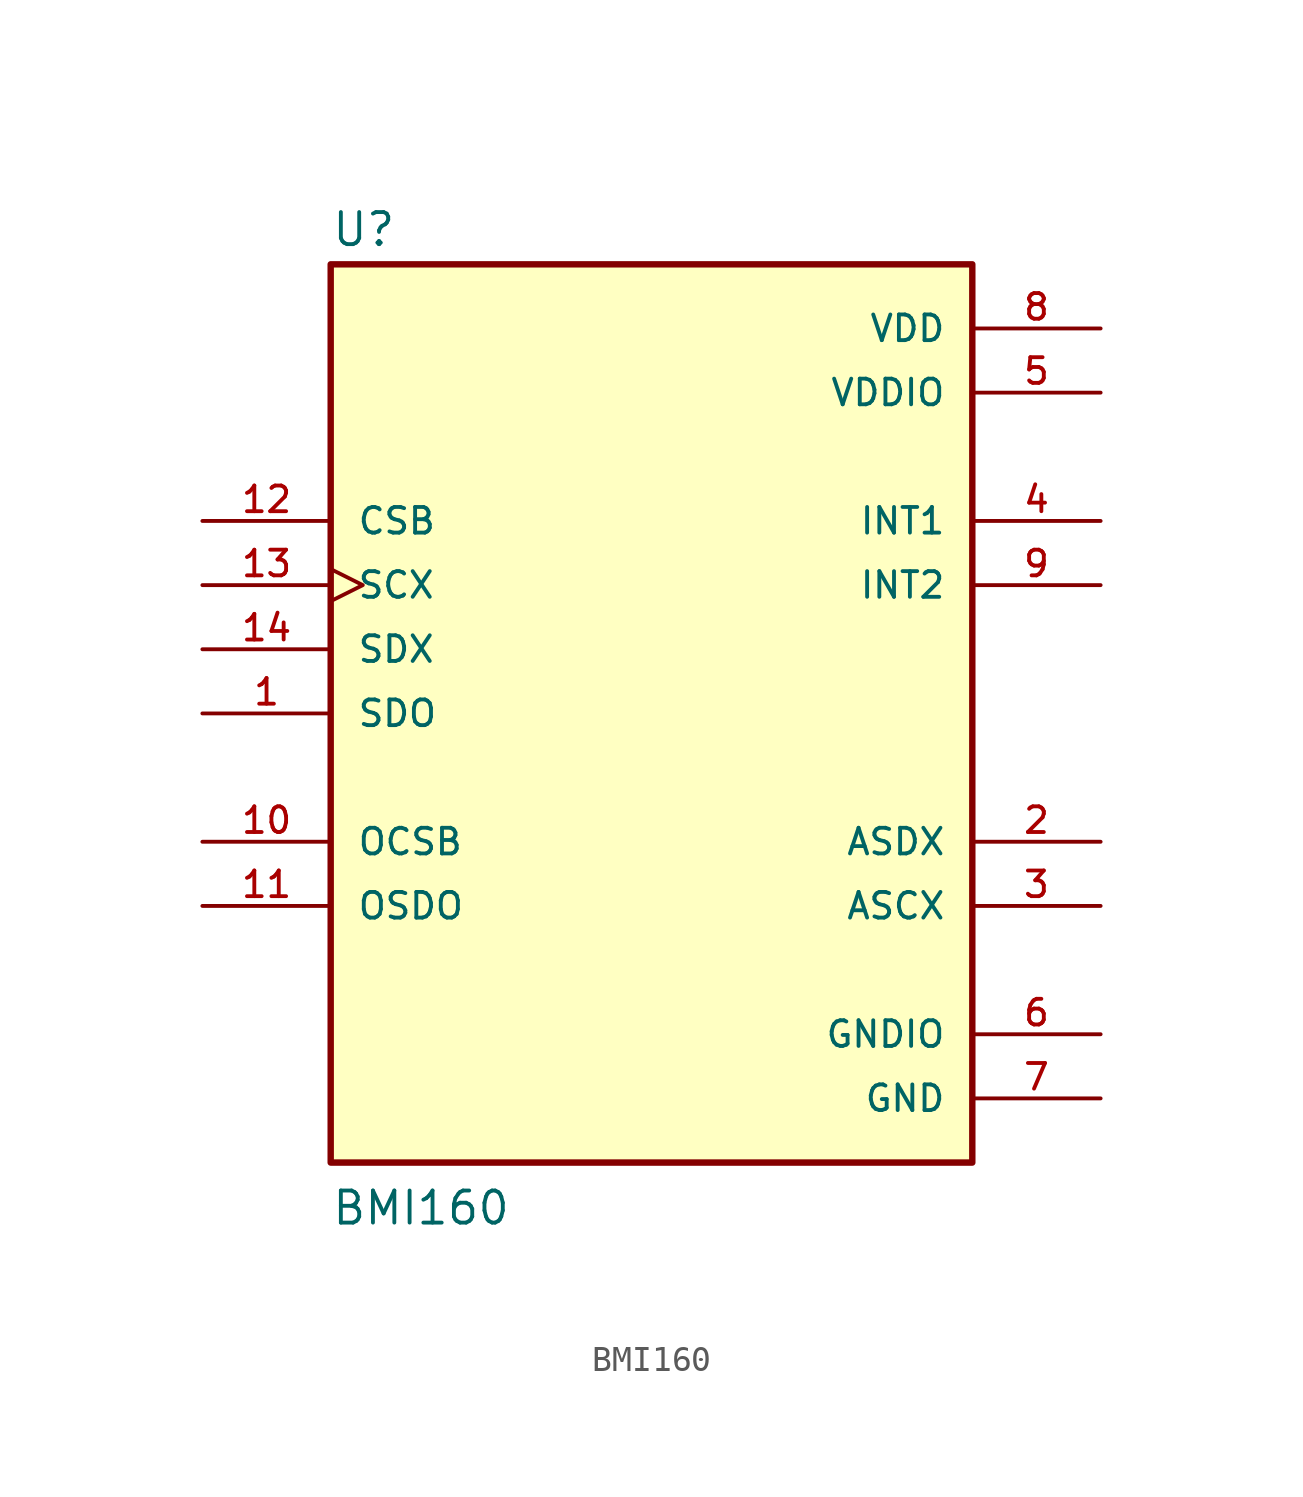
<source format=kicad_sym>
(kicad_symbol_lib
  (version 20220914)
  (generator kicad_symbol_editor)
  (symbol "BMI160"
    (pin_names
      (offset 1.016))
    (property "Reference" "U"
      (at -12.7 18.415 0)
      (effects (font (size 1.27 1.27)) (justify left bottom)))
    (property "Value" "BMI160"
      (at -12.7 -20.32 0)
      (effects (font (size 1.27 1.27)) (justify left bottom)))
    (symbol "BMI160_0_0"
      (rectangle (start -12.7 17.78) (end 12.7 -17.78) (stroke (width 0.254) (type default)) (fill (type background)))
      (pin bidirectional line (at -17.78 0 0) (length 5.08) (name "SDO" (effects (font (size 1.016 1.016)))) (number "1" (effects (font (size 1.016 1.016)))))
      (pin input line (at -17.78 -5.08 0) (length 5.08) (name "OCSB" (effects (font (size 1.016 1.016)))) (number "10" (effects (font (size 1.016 1.016)))))
      (pin output line (at -17.78 -7.62 0) (length 5.08) (name "OSDO" (effects (font (size 1.016 1.016)))) (number "11" (effects (font (size 1.016 1.016)))))
      (pin input line (at -17.78 7.62 0) (length 5.08) (name "CSB" (effects (font (size 1.016 1.016)))) (number "12" (effects (font (size 1.016 1.016)))))
      (pin input clock (at -17.78 5.08 0) (length 5.08) (name "SCX" (effects (font (size 1.016 1.016)))) (number "13" (effects (font (size 1.016 1.016)))))
      (pin bidirectional line (at -17.78 2.54 0) (length 5.08) (name "SDX" (effects (font (size 1.016 1.016)))) (number "14" (effects (font (size 1.016 1.016)))))
      (pin bidirectional line (at 17.78 -5.08 180) (length 5.08) (name "ASDX" (effects (font (size 1.016 1.016)))) (number "2" (effects (font (size 1.016 1.016)))))
      (pin bidirectional line (at 17.78 -7.62 180) (length 5.08) (name "ASCX" (effects (font (size 1.016 1.016)))) (number "3" (effects (font (size 1.016 1.016)))))
      (pin bidirectional line (at 17.78 7.62 180) (length 5.08) (name "INT1" (effects (font (size 1.016 1.016)))) (number "4" (effects (font (size 1.016 1.016)))))
      (pin power_in line (at 17.78 12.7 180) (length 5.08) (name "VDDIO" (effects (font (size 1.016 1.016)))) (number "5" (effects (font (size 1.016 1.016)))))
      (pin power_in line (at 17.78 -12.7 180) (length 5.08) (name "GNDIO" (effects (font (size 1.016 1.016)))) (number "6" (effects (font (size 1.016 1.016)))))
      (pin power_in line (at 17.78 -15.24 180) (length 5.08) (name "GND" (effects (font (size 1.016 1.016)))) (number "7" (effects (font (size 1.016 1.016)))))
      (pin power_in line (at 17.78 15.24 180) (length 5.08) (name "VDD" (effects (font (size 1.016 1.016)))) (number "8" (effects (font (size 1.016 1.016)))))
      (pin bidirectional line (at 17.78 5.08 180) (length 5.08) (name "INT2" (effects (font (size 1.016 1.016)))) (number "9" (effects (font (size 1.016 1.016))))))))
</source>
